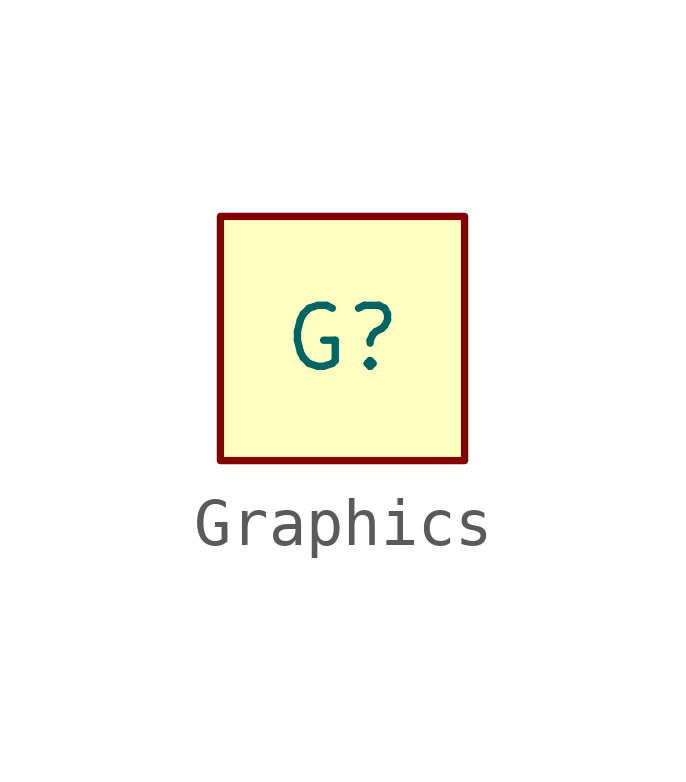
<source format=kicad_sym>
(kicad_symbol_lib
  (version 20231120)
  (generator "kicad_symbol_editor")
  (generator_version "8.0")
  (symbol "Graphics"
    (property "Reference" "G"
      (at 0 0 0)
      (effects (font (size 1.27 1.27))))
    (property "Value" ""
      (at 0 0 0)
      (effects (font (size 1.27 1.27))))
    (symbol "Graphics_1_1"
      (rectangle (start -2.54 2.54) (end 2.54 -2.54) (stroke (width 0) (type default)) (fill (type background))))))
</source>
